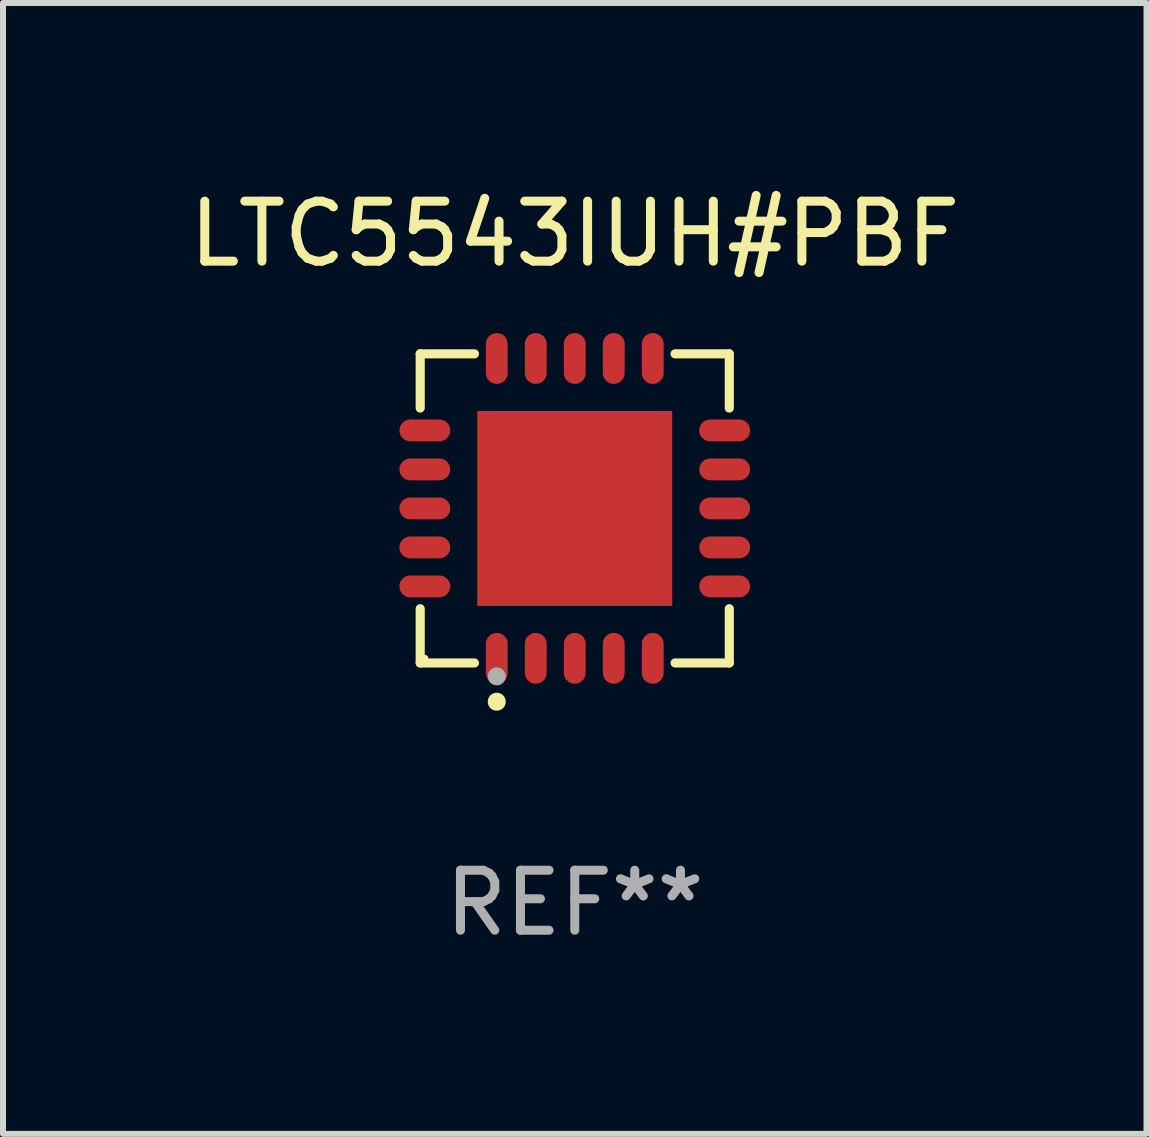
<source format=kicad_pcb>
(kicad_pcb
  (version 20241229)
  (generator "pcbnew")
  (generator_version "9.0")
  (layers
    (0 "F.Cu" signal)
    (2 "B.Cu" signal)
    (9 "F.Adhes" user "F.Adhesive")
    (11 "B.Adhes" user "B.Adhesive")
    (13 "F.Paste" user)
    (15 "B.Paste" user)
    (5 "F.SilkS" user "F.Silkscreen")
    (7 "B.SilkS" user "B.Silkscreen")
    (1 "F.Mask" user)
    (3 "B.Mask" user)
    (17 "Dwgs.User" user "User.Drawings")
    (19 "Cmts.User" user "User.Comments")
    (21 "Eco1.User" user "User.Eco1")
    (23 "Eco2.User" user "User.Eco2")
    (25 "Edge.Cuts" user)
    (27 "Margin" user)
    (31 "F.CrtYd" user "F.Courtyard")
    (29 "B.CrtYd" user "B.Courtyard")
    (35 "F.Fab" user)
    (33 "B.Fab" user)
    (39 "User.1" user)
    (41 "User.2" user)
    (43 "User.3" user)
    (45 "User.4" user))
  (footprint "LTC5543IUH#PBF"
    (layer "F.Cu")
    (at 6.53 5.424)
    (property "Reference" "LTC5543IUH#PBF" (at 0 -4.576 0) (layer "F.SilkS") (effects (font (size 1 1) (thickness 0.15))))
    (attr through_hole)
    (fp_line (start -2.576 -2.576) (end -1.672 -2.576) (stroke (width 0.152) (type solid)) (layer "F.SilkS"))
    (fp_line (start -2.576 -1.672) (end -2.576 -2.576) (stroke (width 0.152) (type solid)) (layer "F.SilkS"))
    (fp_line (start -2.576 1.672) (end -2.576 2.576) (stroke (width 0.152) (type solid)) (layer "F.SilkS"))
    (fp_line (start -2.576 2.576) (end -1.672 2.576) (stroke (width 0.152) (type solid)) (layer "F.SilkS"))
    (fp_line (start 2.576 -2.576) (end 1.672 -2.576) (stroke (width 0.152) (type solid)) (layer "F.SilkS"))
    (fp_line (start 2.576 -1.672) (end 2.576 -2.576) (stroke (width 0.152) (type solid)) (layer "F.SilkS"))
    (fp_line (start 2.576 1.672) (end 2.576 2.576) (stroke (width 0.152) (type solid)) (layer "F.SilkS"))
    (fp_line (start 2.576 2.576) (end 1.672 2.576) (stroke (width 0.152) (type solid)) (layer "F.SilkS"))
    (fp_circle (center -2.5 2.5) (end -2.47 2.5) (stroke (width 0.06) (type solid)) (fill no) (layer "F.SilkS"))
    (fp_circle (center -1.3 3.222) (end -1.225 3.222) (stroke (width 0.15) (type solid)) (fill no) (layer "F.SilkS"))
    (fp_circle (center -1.3 2.8) (end -1.225 2.8) (stroke (width 0.15) (type solid)) (fill no) (layer "F.Fab"))
    (fp_text user "REF**" (at 0 6.576 0) (layer "F.Fab") (effects (font (size 1 1) (thickness 0.15))))
    (pad "1" smd oval (at -1.3 2.499) (size 0.364 0.847) (layers "F.Cu" "F.Mask" "F.Paste"))
    (pad "2" smd oval (at -0.65 2.499) (size 0.364 0.847) (layers "F.Cu" "F.Mask" "F.Paste"))
    (pad "3" smd oval (at 0 2.499) (size 0.364 0.847) (layers "F.Cu" "F.Mask" "F.Paste"))
    (pad "4" smd oval (at 0.65 2.499) (size 0.364 0.847) (layers "F.Cu" "F.Mask" "F.Paste"))
    (pad "5" smd oval (at 1.3 2.499) (size 0.364 0.847) (layers "F.Cu" "F.Mask" "F.Paste"))
    (pad "6" smd oval (at 2.499 1.3) (size 0.847 0.364) (layers "F.Cu" "F.Mask" "F.Paste"))
    (pad "7" smd oval (at 2.499 0.65) (size 0.847 0.364) (layers "F.Cu" "F.Mask" "F.Paste"))
    (pad "8" smd oval (at 2.499 0) (size 0.847 0.364) (layers "F.Cu" "F.Mask" "F.Paste"))
    (pad "9" smd oval (at 2.499 -0.65) (size 0.847 0.364) (layers "F.Cu" "F.Mask" "F.Paste"))
    (pad "10" smd oval (at 2.499 -1.3) (size 0.847 0.364) (layers "F.Cu" "F.Mask" "F.Paste"))
    (pad "11" smd oval (at 1.3 -2.499) (size 0.364 0.847) (layers "F.Cu" "F.Mask" "F.Paste"))
    (pad "12" smd oval (at 0.65 -2.499) (size 0.364 0.847) (layers "F.Cu" "F.Mask" "F.Paste"))
    (pad "13" smd oval (at 0 -2.499) (size 0.364 0.847) (layers "F.Cu" "F.Mask" "F.Paste"))
    (pad "14" smd oval (at -0.65 -2.499) (size 0.364 0.847) (layers "F.Cu" "F.Mask" "F.Paste"))
    (pad "15" smd oval (at -1.3 -2.499) (size 0.364 0.847) (layers "F.Cu" "F.Mask" "F.Paste"))
    (pad "16" smd oval (at -2.499 -1.3) (size 0.847 0.364) (layers "F.Cu" "F.Mask" "F.Paste"))
    (pad "17" smd oval (at -2.499 -0.65) (size 0.847 0.364) (layers "F.Cu" "F.Mask" "F.Paste"))
    (pad "18" smd oval (at -2.499 0) (size 0.847 0.364) (layers "F.Cu" "F.Mask" "F.Paste"))
    (pad "19" smd oval (at -2.499 0.65) (size 0.847 0.364) (layers "F.Cu" "F.Mask" "F.Paste"))
    (pad "20" smd oval (at -2.499 1.3) (size 0.847 0.364) (layers "F.Cu" "F.Mask" "F.Paste"))
    (pad "21" smd rect (at 0 0) (size 3.25 3.25) (layers "F.Cu" "F.Mask" "F.Paste")))
  (gr_rect
    (start -3 -3)
    (end 16.06 15.849)
    (stroke (width 0.1) (type default))
    (fill no)
    (layer "Edge.Cuts")))
</source>
